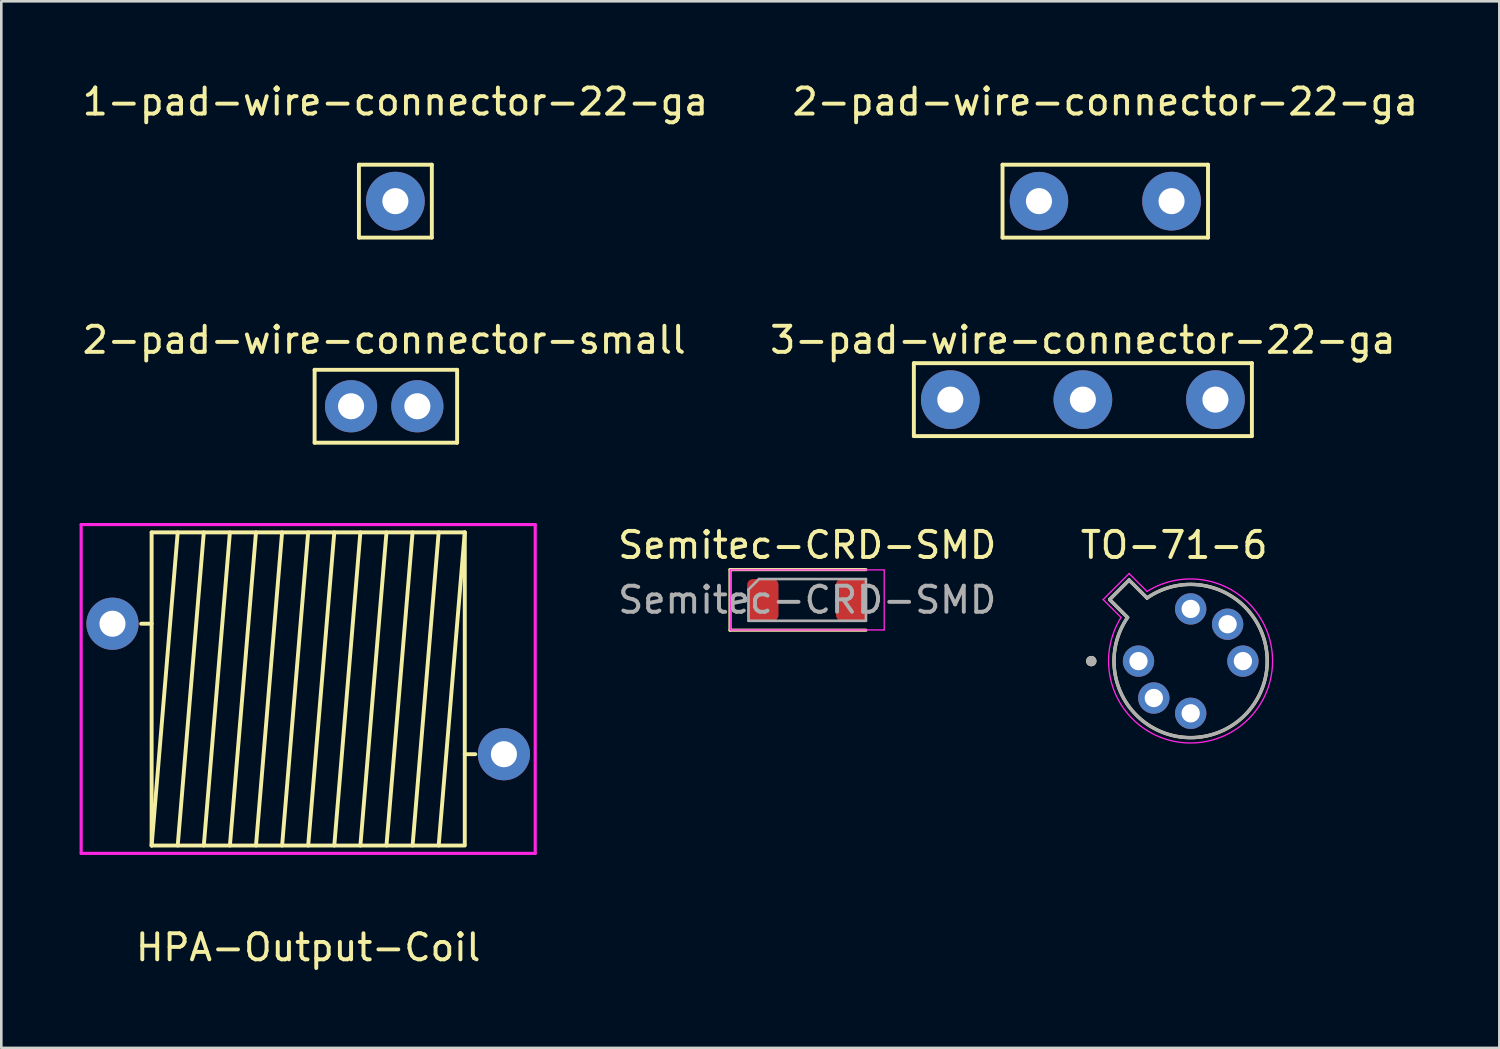
<source format=kicad_pcb>
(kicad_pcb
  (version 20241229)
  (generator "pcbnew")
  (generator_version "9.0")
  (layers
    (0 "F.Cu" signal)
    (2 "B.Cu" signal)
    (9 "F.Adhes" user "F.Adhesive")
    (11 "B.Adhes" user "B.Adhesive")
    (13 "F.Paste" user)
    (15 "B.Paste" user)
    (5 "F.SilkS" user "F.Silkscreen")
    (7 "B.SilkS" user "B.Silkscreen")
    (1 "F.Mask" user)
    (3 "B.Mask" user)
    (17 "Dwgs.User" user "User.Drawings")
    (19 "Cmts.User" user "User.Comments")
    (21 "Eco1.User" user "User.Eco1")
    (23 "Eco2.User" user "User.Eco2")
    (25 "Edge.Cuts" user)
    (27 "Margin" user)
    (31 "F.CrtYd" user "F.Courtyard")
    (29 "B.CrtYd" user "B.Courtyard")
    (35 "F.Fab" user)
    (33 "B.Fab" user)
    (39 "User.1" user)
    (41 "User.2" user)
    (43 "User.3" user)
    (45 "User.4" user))
  (footprint "Semitec-CRD-SMD"
    (layer "F.Cu")
    (at 27.883 19.939)
    (property "Reference" "Semitec-CRD-SMD" (at 0 -2.1 0) (layer "F.SilkS") (effects (font (size 1 1) (thickness 0.15))))
    (attr through_hole)
    (fp_line (start -2.96 -1.16) (end -2.96 1.16) (stroke (width 0.12) (type solid)) (layer "F.SilkS"))
    (fp_line (start -2.96 1.16) (end 2.25 1.16) (stroke (width 0.12) (type solid)) (layer "F.SilkS"))
    (fp_line (start 2.25 -1.16) (end -2.96 -1.16) (stroke (width 0.12) (type solid)) (layer "F.SilkS"))
    (fp_line (start -2.95 -1.15) (end 2.95 -1.15) (stroke (width 0.05) (type solid)) (layer "F.CrtYd"))
    (fp_line (start -2.95 1.15) (end -2.95 -1.15) (stroke (width 0.05) (type solid)) (layer "F.CrtYd"))
    (fp_line (start 2.95 -1.15) (end 2.95 1.15) (stroke (width 0.05) (type solid)) (layer "F.CrtYd"))
    (fp_line (start 2.95 1.15) (end -2.95 1.15) (stroke (width 0.05) (type solid)) (layer "F.CrtYd"))
    (fp_line (start -2.25 -0.4) (end -2.25 0.8) (stroke (width 0.1) (type solid)) (layer "F.Fab"))
    (fp_line (start -2.25 0.8) (end 2.25 0.8) (stroke (width 0.1) (type solid)) (layer "F.Fab"))
    (fp_line (start -1.85 -0.8) (end -2.25 -0.4) (stroke (width 0.1) (type solid)) (layer "F.Fab"))
    (fp_line (start 2.25 -0.8) (end -1.85 -0.8) (stroke (width 0.1) (type solid)) (layer "F.Fab"))
    (fp_line (start 2.25 0.8) (end 2.25 -0.8) (stroke (width 0.1) (type solid)) (layer "F.Fab"))
    (fp_text user "${REFERENCE}" (at 0 0 0) (layer "F.Fab") (effects (font (size 1 1) (thickness 0.15))))
    (pad "1" smd roundrect (at -1.7 0) (size 1.2 1.6) (layers "F.Cu" "F.Mask" "F.Paste") (roundrect_rratio 0.179))
    (pad "2" smd roundrect (at 1.7 0) (size 1.2 1.6) (layers "F.Cu" "F.Mask" "F.Paste") (roundrect_rratio 0.179)))
  (footprint "HPA-Output-Coil"
    (layer "F.Cu")
    (at 8.76 23.351)
    (property "Reference" "HPA-Output-Coil" (at 0 9.906 0) (layer "F.SilkS") (effects (font (size 1 1) (thickness 0.15))))
    (attr through_hole)
    (fp_line (start -6 -6) (end 6 -6) (stroke (width 0.15) (type solid)) (layer "F.SilkS"))
    (fp_line (start -6 -2.5) (end -6.4 -2.5) (stroke (width 0.15) (type solid)) (layer "F.SilkS"))
    (fp_line (start -6 6) (end -6 -6) (stroke (width 0.15) (type solid)) (layer "F.SilkS"))
    (fp_line (start -5 -6) (end -6 6) (stroke (width 0.15) (type solid)) (layer "F.SilkS"))
    (fp_line (start -4 -6) (end -5 6) (stroke (width 0.15) (type solid)) (layer "F.SilkS"))
    (fp_line (start -3 -6) (end -4 6) (stroke (width 0.15) (type solid)) (layer "F.SilkS"))
    (fp_line (start -2 -6) (end -3 6) (stroke (width 0.15) (type solid)) (layer "F.SilkS"))
    (fp_line (start -1 -6) (end -2 6) (stroke (width 0.15) (type solid)) (layer "F.SilkS"))
    (fp_line (start 0 -6) (end -1 6) (stroke (width 0.15) (type solid)) (layer "F.SilkS"))
    (fp_line (start 1 -6) (end 0 6) (stroke (width 0.15) (type solid)) (layer "F.SilkS"))
    (fp_line (start 2 -6) (end 1 6) (stroke (width 0.15) (type solid)) (layer "F.SilkS"))
    (fp_line (start 3 -6) (end 2 6) (stroke (width 0.15) (type solid)) (layer "F.SilkS"))
    (fp_line (start 4 -6) (end 3 6) (stroke (width 0.15) (type solid)) (layer "F.SilkS"))
    (fp_line (start 5 -6) (end 4 6) (stroke (width 0.15) (type solid)) (layer "F.SilkS"))
    (fp_line (start 6 -6) (end 5 6) (stroke (width 0.15) (type solid)) (layer "F.SilkS"))
    (fp_line (start 6 -6) (end 6 5.95) (stroke (width 0.15) (type solid)) (layer "F.SilkS"))
    (fp_line (start 6 2.5) (end 6.4 2.5) (stroke (width 0.15) (type solid)) (layer "F.SilkS"))
    (fp_line (start 6 6) (end -6 6) (stroke (width 0.15) (type solid)) (layer "F.SilkS"))
    (fp_line (start -8.7 6.3) (end -8.7 -6.3) (stroke (width 0.12) (type solid)) (layer "F.CrtYd"))
    (fp_line (start 8.7 -6.3) (end -8.7 -6.3) (stroke (width 0.12) (type solid)) (layer "F.CrtYd"))
    (fp_line (start 8.7 -6.3) (end 8.7 6.3) (stroke (width 0.12) (type solid)) (layer "F.CrtYd"))
    (fp_line (start 8.7 6.3) (end -8.7 6.3) (stroke (width 0.12) (type solid)) (layer "F.CrtYd"))
    (pad "1" thru_hole circle (at -7.5 -2.5) (size 2 2) (drill 1) (layers "*.Cu" "*.Mask"))
    (pad "2" thru_hole circle (at 7.5 2.5) (size 2 2) (drill 1) (layers "*.Cu" "*.Mask")))
  (footprint "1-pad-wire-connector-22-ga"
    (layer "F.Cu")
    (at 12.101 4.658)
    (property "Reference" "1-pad-wire-connector-22-ga" (at 0 -3.81 0) (layer "F.SilkS") (effects (font (size 1 1) (thickness 0.15))))
    (attr through_hole)
    (fp_line (start -1.397 -1.397) (end 1.397 -1.397) (stroke (width 0.15) (type solid)) (layer "F.SilkS"))
    (fp_line (start -1.397 1.397) (end -1.397 -1.397) (stroke (width 0.15) (type solid)) (layer "F.SilkS"))
    (fp_line (start 1.397 -1.397) (end 1.397 1.397) (stroke (width 0.15) (type solid)) (layer "F.SilkS"))
    (fp_line (start 1.397 1.397) (end -1.397 1.397) (stroke (width 0.15) (type solid)) (layer "F.SilkS"))
    (pad "1" thru_hole circle (at 0 0) (size 2.25 2.25) (drill 1) (layers "*.Cu" "*.Mask")))
  (footprint "3-pad-wire-connector-22-ga"
    (layer "F.Cu")
    (at 33.366 12.264)
    (property "Reference" "3-pad-wire-connector-22-ga" (at 5.08 -2.286 0) (layer "F.SilkS") (effects (font (size 1 1) (thickness 0.15))))
    (attr through_hole)
    (fp_line (start -1.397 -1.397) (end 11.557 -1.397) (stroke (width 0.15) (type solid)) (layer "F.SilkS"))
    (fp_line (start -1.397 1.397) (end -1.397 -1.397) (stroke (width 0.15) (type solid)) (layer "F.SilkS"))
    (fp_line (start 11.557 -1.397) (end 11.557 1.397) (stroke (width 0.15) (type solid)) (layer "F.SilkS"))
    (fp_line (start 11.557 1.397) (end -1.397 1.397) (stroke (width 0.15) (type solid)) (layer "F.SilkS"))
    (pad "1" thru_hole circle (at 0 0) (size 2.25 2.25) (drill 1) (layers "*.Cu" "*.Mask"))
    (pad "2" thru_hole circle (at 5.08 0) (size 2.25 2.25) (drill 1) (layers "*.Cu" "*.Mask"))
    (pad "3" thru_hole circle (at 10.16 0) (size 2.25 2.25) (drill 1) (layers "*.Cu" "*.Mask")))
  (footprint "2-pad-wire-connector-small"
    (layer "F.Cu")
    (at 10.403 12.518)
    (property "Reference" "2-pad-wire-connector-small" (at 1.27 -2.54 0) (layer "F.SilkS") (effects (font (size 1 1) (thickness 0.15))))
    (attr through_hole)
    (fp_line (start -1.397 -1.397) (end 4.064 -1.397) (stroke (width 0.15) (type solid)) (layer "F.SilkS"))
    (fp_line (start -1.397 1.397) (end -1.397 -1.397) (stroke (width 0.15) (type solid)) (layer "F.SilkS"))
    (fp_line (start 4.064 -1.397) (end 4.064 1.397) (stroke (width 0.15) (type solid)) (layer "F.SilkS"))
    (fp_line (start 4.064 1.397) (end -1.397 1.397) (stroke (width 0.15) (type solid)) (layer "F.SilkS"))
    (pad "1" thru_hole circle (at 0 0) (size 2 2) (drill 1) (layers "*.Cu" "*.Mask"))
    (pad "2" thru_hole circle (at 2.54 0) (size 2 2) (drill 1) (layers "*.Cu" "*.Mask")))
  (footprint "2-pad-wire-connector-22-ga"
    (layer "F.Cu")
    (at 36.764 4.658)
    (property "Reference" "2-pad-wire-connector-22-ga" (at 2.54 -3.81 0) (layer "F.SilkS") (effects (font (size 1 1) (thickness 0.15))))
    (attr through_hole)
    (fp_line (start -1.397 -1.397) (end 6.477 -1.397) (stroke (width 0.15) (type solid)) (layer "F.SilkS"))
    (fp_line (start -1.397 1.397) (end -1.397 -1.397) (stroke (width 0.15) (type solid)) (layer "F.SilkS"))
    (fp_line (start 6.477 -1.397) (end 6.477 1.397) (stroke (width 0.15) (type solid)) (layer "F.SilkS"))
    (fp_line (start 6.477 1.397) (end -1.397 1.397) (stroke (width 0.15) (type solid)) (layer "F.SilkS"))
    (pad "1" thru_hole circle (at 0 0) (size 2.24 2.24) (drill 1) (layers "*.Cu" "*.Mask"))
    (pad "2" thru_hole circle (at 5.08 0) (size 2.25 2.25) (drill 1) (layers "*.Cu" "*.Mask")))
  (footprint "TO-71-6"
    (layer "F.Cu")
    (at 42.578 22.284)
    (property "Reference" "TO-71-6" (at -0.635 -4.445 0) (layer "F.SilkS") (effects (font (size 1 1) (thickness 0.15))))
    (attr through_hole)
    (fp_line (start -3.106 -2.36) (end -2.36 -3.106) (stroke (width 0.127) (type solid)) (layer "F.SilkS"))
    (fp_line (start -2.419 -1.673) (end -3.106 -2.36) (stroke (width 0.127) (type solid)) (layer "F.SilkS"))
    (fp_line (start -2.36 -3.106) (end -1.673 -2.419) (stroke (width 0.127) (type solid)) (layer "F.SilkS"))
    (fp_arc (start -1.673 -2.419) (mid 2.07249 2.07249) (end -2.419 -1.673) (stroke (width 0.127) (type solid)) (layer "F.SilkS"))
    (fp_circle (center -3.81 0) (end -3.71 0) (stroke (width 0.2) (type solid)) (fill no) (layer "F.SilkS"))
    (fp_line (start -3.356 -2.36) (end -2.36 -3.356) (stroke (width 0.05) (type solid)) (layer "F.CrtYd"))
    (fp_line (start -2.669 -1.673) (end -3.356 -2.36) (stroke (width 0.05) (type solid)) (layer "F.CrtYd"))
    (fp_line (start -2.36 -3.356) (end -1.673 -2.669) (stroke (width 0.05) (type solid)) (layer "F.CrtYd"))
    (fp_arc (start -1.673 -2.669) (mid 2.216912 2.216912) (end -2.669 -1.673) (stroke (width 0.05) (type solid)) (layer "F.CrtYd"))
    (fp_line (start -3.106 -2.36) (end -2.36 -3.106) (stroke (width 0.127) (type solid)) (layer "F.Fab"))
    (fp_line (start -2.419 -1.673) (end -3.106 -2.36) (stroke (width 0.127) (type solid)) (layer "F.Fab"))
    (fp_line (start -2.36 -3.106) (end -1.673 -2.419) (stroke (width 0.127) (type solid)) (layer "F.Fab"))
    (fp_arc (start -1.673 -2.419) (mid 2.07249 2.07249) (end -2.419 -1.673) (stroke (width 0.127) (type solid)) (layer "F.Fab"))
    (fp_circle (center -3.81 0) (end -3.71 0) (stroke (width 0.2) (type solid)) (fill no) (layer "F.Fab"))
    (pad "1" thru_hole circle (at -2 0) (size 1.2 1.2) (drill 0.7) (layers "*.Cu" "*.Mask"))
    (pad "2" thru_hole circle (at -1.414 1.414) (size 1.2 1.2) (drill 0.7) (layers "*.Cu" "*.Mask"))
    (pad "3" thru_hole circle (at 0 2) (size 1.2 1.2) (drill 0.7) (layers "*.Cu" "*.Mask"))
    (pad "4" thru_hole circle (at 2 0) (size 1.2 1.2) (drill 0.7) (layers "*.Cu" "*.Mask"))
    (pad "5" thru_hole circle (at 1.414 -1.414) (size 1.2 1.2) (drill 0.7) (layers "*.Cu" "*.Mask"))
    (pad "6" thru_hole circle (at 0 -2) (size 1.2 1.2) (drill 0.7) (layers "*.Cu" "*.Mask")))
  (gr_rect
    (start -3 -3)
    (end 54.405 37.105)
    (stroke (width 0.1) (type default))
    (fill no)
    (layer "Edge.Cuts")))
</source>
